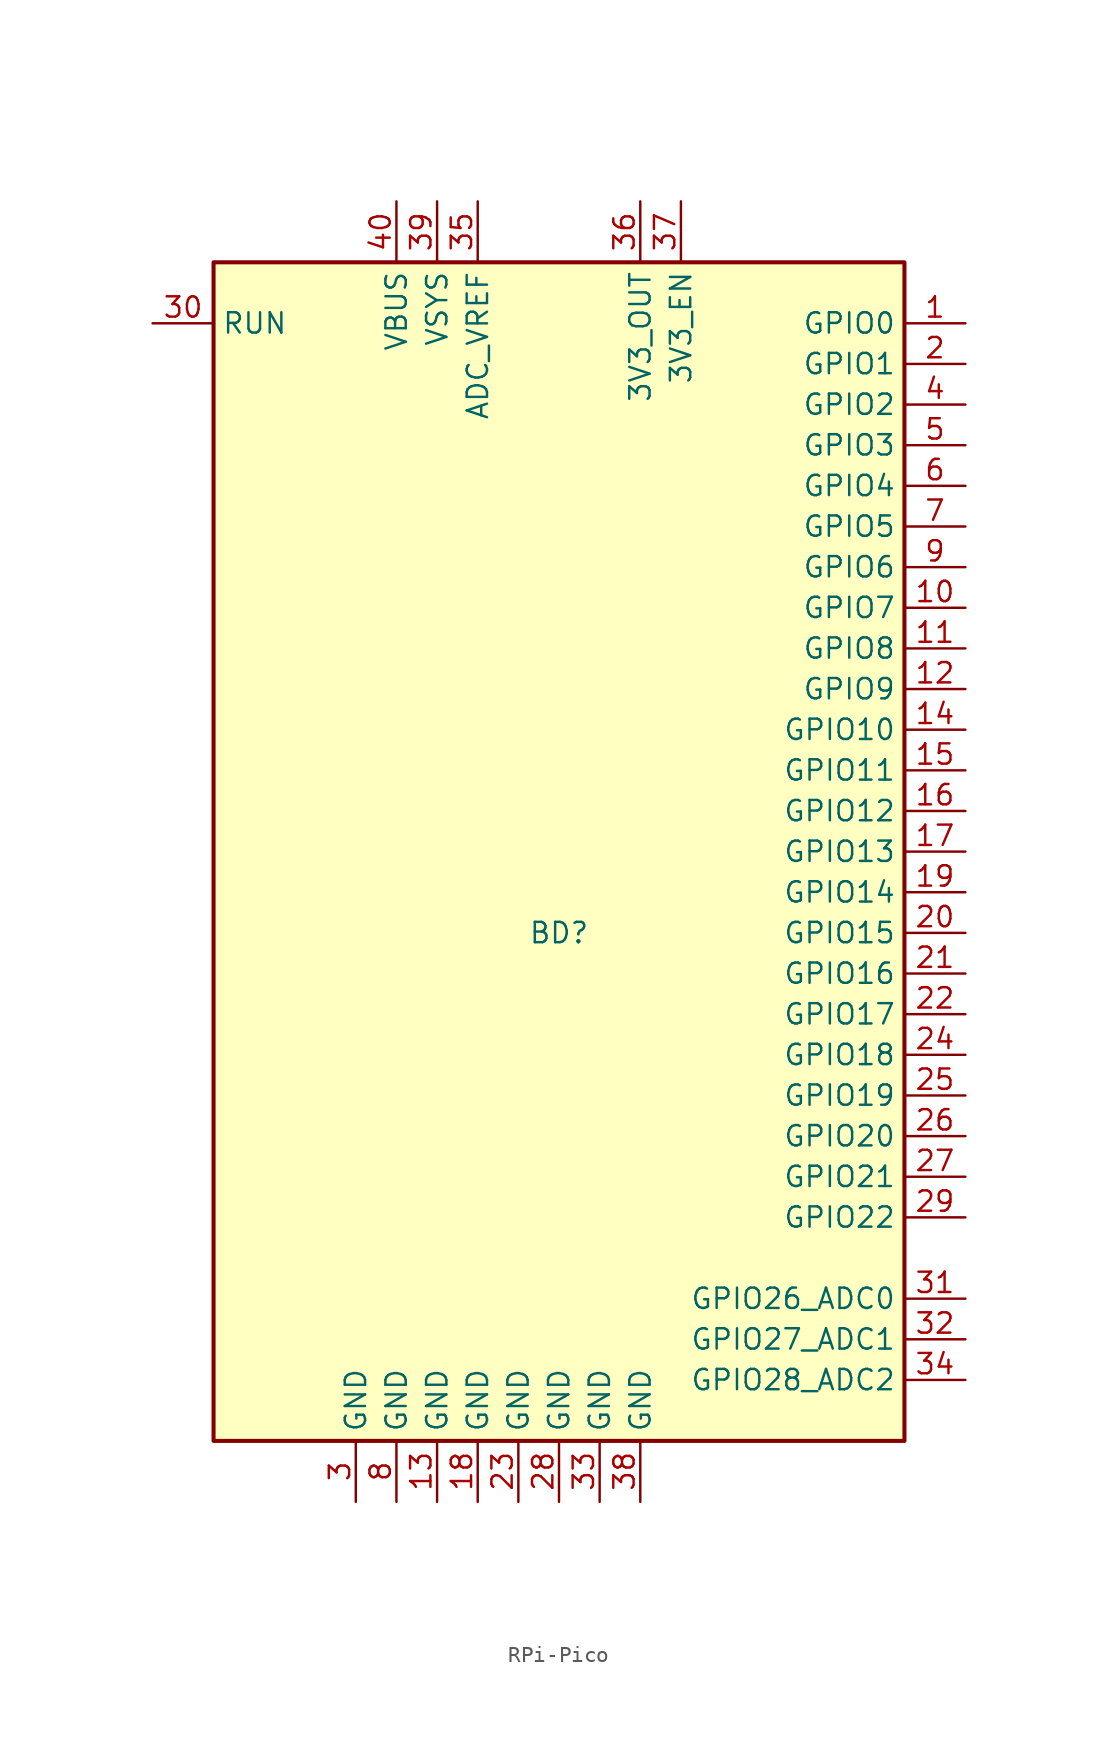
<source format=kicad_sym>
(kicad_symbol_lib
  (version 20220914)
  (generator kicad_symbol_editor)
  (symbol "RPi-Pico"
    (property "Reference" "BD"
      (at 0 0 0)
      (effects (font (size 1.27 1.27))))
    (property "Value" ""
      (at 0 0 0)
      (effects (font (size 1.27 1.27))))
    (symbol "RPi-Pico_0_1"
      (rectangle (start -21.59 41.91) (end 21.59 -31.75) (stroke (width 0.254) (type default)) (fill (type background))))
    (symbol "RPi-Pico_1_1"
      (pin bidirectional line (at 25.4 38.1 180) (length 3.81) (name "GPIO0" (effects (font (size 1.27 1.27)))) (number "1" (effects (font (size 1.27 1.27)))))
      (pin bidirectional line (at 25.4 20.32 180) (length 3.81) (name "GPIO7" (effects (font (size 1.27 1.27)))) (number "10" (effects (font (size 1.27 1.27)))))
      (pin bidirectional line (at 25.4 17.78 180) (length 3.81) (name "GPIO8" (effects (font (size 1.27 1.27)))) (number "11" (effects (font (size 1.27 1.27)))))
      (pin bidirectional line (at 25.4 15.24 180) (length 3.81) (name "GPIO9" (effects (font (size 1.27 1.27)))) (number "12" (effects (font (size 1.27 1.27)))))
      (pin power_in line (at -7.62 -35.56 90) (length 3.81) (name "GND" (effects (font (size 1.27 1.27)))) (number "13" (effects (font (size 1.27 1.27)))))
      (pin bidirectional line (at 25.4 12.7 180) (length 3.81) (name "GPIO10" (effects (font (size 1.27 1.27)))) (number "14" (effects (font (size 1.27 1.27)))))
      (pin bidirectional line (at 25.4 10.16 180) (length 3.81) (name "GPIO11" (effects (font (size 1.27 1.27)))) (number "15" (effects (font (size 1.27 1.27)))))
      (pin bidirectional line (at 25.4 7.62 180) (length 3.81) (name "GPIO12" (effects (font (size 1.27 1.27)))) (number "16" (effects (font (size 1.27 1.27)))))
      (pin bidirectional line (at 25.4 5.08 180) (length 3.81) (name "GPIO13" (effects (font (size 1.27 1.27)))) (number "17" (effects (font (size 1.27 1.27)))))
      (pin power_in line (at -5.08 -35.56 90) (length 3.81) (name "GND" (effects (font (size 1.27 1.27)))) (number "18" (effects (font (size 1.27 1.27)))))
      (pin bidirectional line (at 25.4 2.54 180) (length 3.81) (name "GPIO14" (effects (font (size 1.27 1.27)))) (number "19" (effects (font (size 1.27 1.27)))))
      (pin bidirectional line (at 25.4 35.56 180) (length 3.81) (name "GPIO1" (effects (font (size 1.27 1.27)))) (number "2" (effects (font (size 1.27 1.27)))))
      (pin bidirectional line (at 25.4 0 180) (length 3.81) (name "GPIO15" (effects (font (size 1.27 1.27)))) (number "20" (effects (font (size 1.27 1.27)))))
      (pin bidirectional line (at 25.4 -2.54 180) (length 3.81) (name "GPIO16" (effects (font (size 1.27 1.27)))) (number "21" (effects (font (size 1.27 1.27)))))
      (pin bidirectional line (at 25.4 -5.08 180) (length 3.81) (name "GPIO17" (effects (font (size 1.27 1.27)))) (number "22" (effects (font (size 1.27 1.27)))))
      (pin power_in line (at -2.54 -35.56 90) (length 3.81) (name "GND" (effects (font (size 1.27 1.27)))) (number "23" (effects (font (size 1.27 1.27)))))
      (pin bidirectional line (at 25.4 -7.62 180) (length 3.81) (name "GPIO18" (effects (font (size 1.27 1.27)))) (number "24" (effects (font (size 1.27 1.27)))))
      (pin bidirectional line (at 25.4 -10.16 180) (length 3.81) (name "GPIO19" (effects (font (size 1.27 1.27)))) (number "25" (effects (font (size 1.27 1.27)))))
      (pin bidirectional line (at 25.4 -12.7 180) (length 3.81) (name "GPIO20" (effects (font (size 1.27 1.27)))) (number "26" (effects (font (size 1.27 1.27)))))
      (pin bidirectional line (at 25.4 -15.24 180) (length 3.81) (name "GPIO21" (effects (font (size 1.27 1.27)))) (number "27" (effects (font (size 1.27 1.27)))))
      (pin power_in line (at 0 -35.56 90) (length 3.81) (name "GND" (effects (font (size 1.27 1.27)))) (number "28" (effects (font (size 1.27 1.27)))))
      (pin bidirectional line (at 25.4 -17.78 180) (length 3.81) (name "GPIO22" (effects (font (size 1.27 1.27)))) (number "29" (effects (font (size 1.27 1.27)))))
      (pin power_in line (at -12.7 -35.56 90) (length 3.81) (name "GND" (effects (font (size 1.27 1.27)))) (number "3" (effects (font (size 1.27 1.27)))))
      (pin input line (at -25.4 38.1 0) (length 3.81) (name "RUN" (effects (font (size 1.27 1.27)))) (number "30" (effects (font (size 1.27 1.27)))))
      (pin bidirectional line (at 25.4 -22.86 180) (length 3.81) (name "GPIO26_ADC0" (effects (font (size 1.27 1.27)))) (number "31" (effects (font (size 1.27 1.27)))))
      (pin bidirectional line (at 25.4 -25.4 180) (length 3.81) (name "GPIO27_ADC1" (effects (font (size 1.27 1.27)))) (number "32" (effects (font (size 1.27 1.27)))))
      (pin power_in line (at 2.54 -35.56 90) (length 3.81) (name "GND" (effects (font (size 1.27 1.27)))) (number "33" (effects (font (size 1.27 1.27)))))
      (pin bidirectional line (at 25.4 -27.94 180) (length 3.81) (name "GPIO28_ADC2" (effects (font (size 1.27 1.27)))) (number "34" (effects (font (size 1.27 1.27)))))
      (pin power_in line (at -5.08 45.72 270) (length 3.81) (name "ADC_VREF" (effects (font (size 1.27 1.27)))) (number "35" (effects (font (size 1.27 1.27)))))
      (pin power_out line (at 5.08 45.72 270) (length 3.81) (name "3V3_OUT" (effects (font (size 1.27 1.27)))) (number "36" (effects (font (size 1.27 1.27)))))
      (pin power_in line (at 7.62 45.72 270) (length 3.81) (name "3V3_EN" (effects (font (size 1.27 1.27)))) (number "37" (effects (font (size 1.27 1.27)))))
      (pin power_in line (at 5.08 -35.56 90) (length 3.81) (name "GND" (effects (font (size 1.27 1.27)))) (number "38" (effects (font (size 1.27 1.27)))))
      (pin power_in line (at -7.62 45.72 270) (length 3.81) (name "VSYS" (effects (font (size 1.27 1.27)))) (number "39" (effects (font (size 1.27 1.27)))))
      (pin bidirectional line (at 25.4 33.02 180) (length 3.81) (name "GPIO2" (effects (font (size 1.27 1.27)))) (number "4" (effects (font (size 1.27 1.27)))))
      (pin power_in line (at -10.16 45.72 270) (length 3.81) (name "VBUS" (effects (font (size 1.27 1.27)))) (number "40" (effects (font (size 1.27 1.27)))))
      (pin bidirectional line (at 25.4 30.48 180) (length 3.81) (name "GPIO3" (effects (font (size 1.27 1.27)))) (number "5" (effects (font (size 1.27 1.27)))))
      (pin bidirectional line (at 25.4 27.94 180) (length 3.81) (name "GPIO4" (effects (font (size 1.27 1.27)))) (number "6" (effects (font (size 1.27 1.27)))))
      (pin bidirectional line (at 25.4 25.4 180) (length 3.81) (name "GPIO5" (effects (font (size 1.27 1.27)))) (number "7" (effects (font (size 1.27 1.27)))))
      (pin power_in line (at -10.16 -35.56 90) (length 3.81) (name "GND" (effects (font (size 1.27 1.27)))) (number "8" (effects (font (size 1.27 1.27)))))
      (pin bidirectional line (at 25.4 22.86 180) (length 3.81) (name "GPIO6" (effects (font (size 1.27 1.27)))) (number "9" (effects (font (size 1.27 1.27))))))))
</source>
